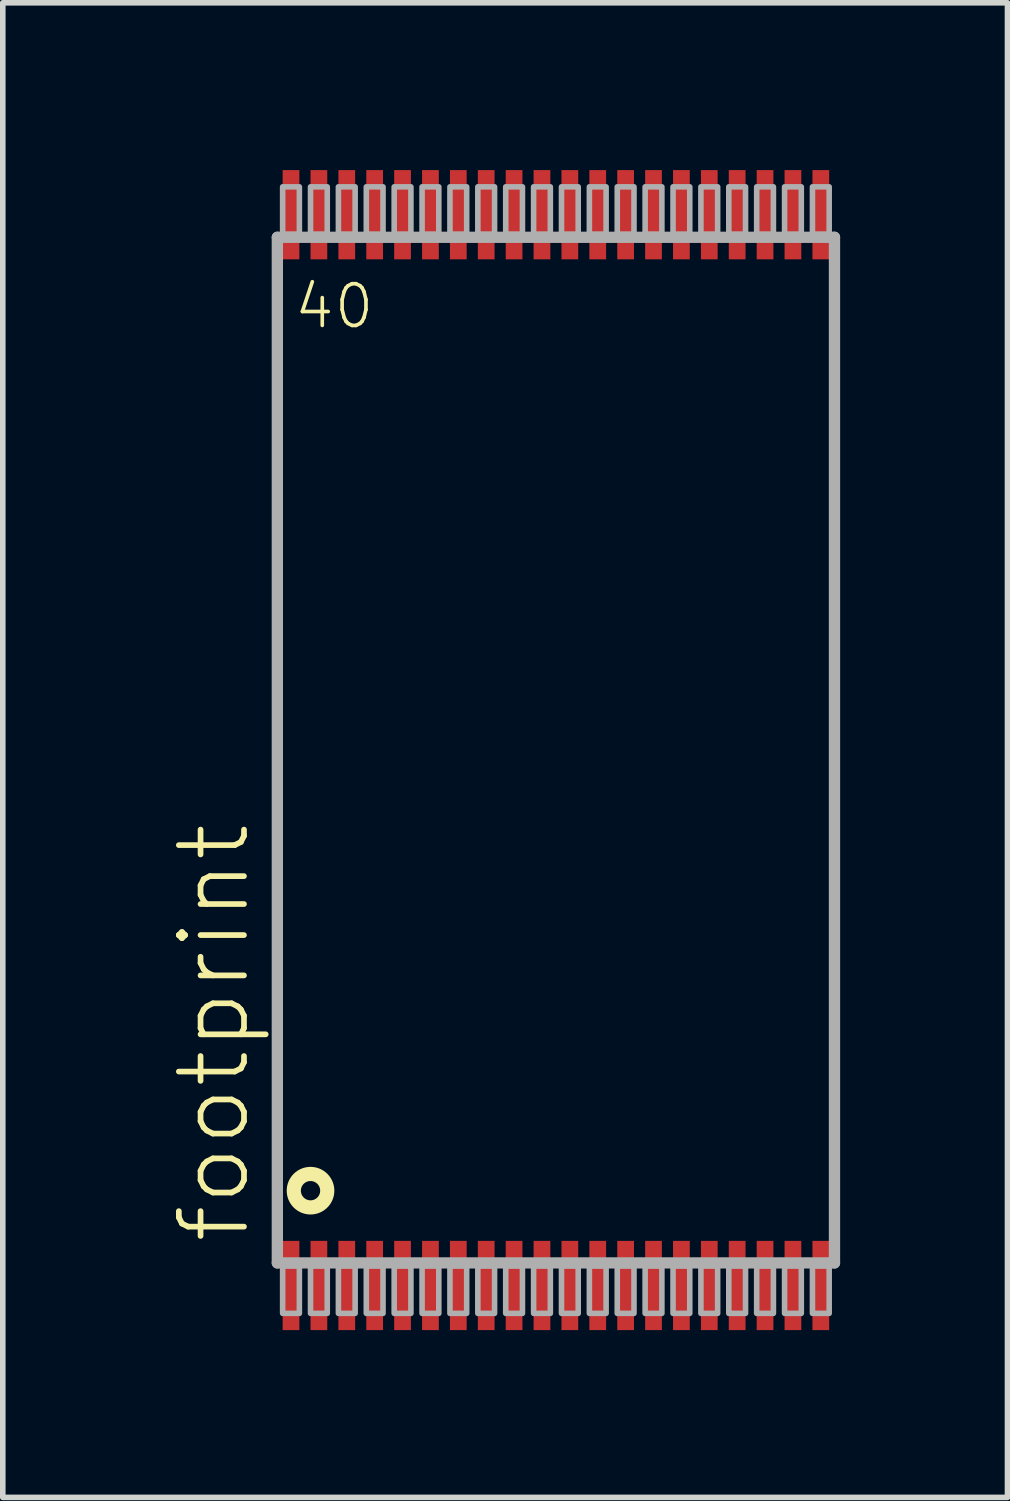
<source format=kicad_pcb>
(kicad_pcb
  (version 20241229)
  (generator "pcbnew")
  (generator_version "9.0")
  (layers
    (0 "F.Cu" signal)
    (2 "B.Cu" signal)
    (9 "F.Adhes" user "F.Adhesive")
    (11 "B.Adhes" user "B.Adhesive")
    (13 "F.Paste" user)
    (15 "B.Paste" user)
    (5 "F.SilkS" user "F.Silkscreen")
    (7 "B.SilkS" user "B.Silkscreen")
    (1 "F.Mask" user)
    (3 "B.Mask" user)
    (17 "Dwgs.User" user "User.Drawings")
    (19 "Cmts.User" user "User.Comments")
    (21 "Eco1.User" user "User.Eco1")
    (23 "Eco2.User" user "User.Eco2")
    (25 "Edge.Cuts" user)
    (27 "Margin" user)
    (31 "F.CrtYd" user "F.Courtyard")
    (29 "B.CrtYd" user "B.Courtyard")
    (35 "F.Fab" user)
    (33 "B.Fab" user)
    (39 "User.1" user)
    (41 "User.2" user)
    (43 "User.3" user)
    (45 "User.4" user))
  (footprint "footprint"
    (layer "F.Cu")
    (at 6.918 10.4)
    (property "Reference" "footprint" (at -5.445 8.89 90) (layer "F.SilkS") (effects (font (size 1.168 1.168) (thickness 0.102)) (justify left bottom)))
    (fp_circle (center -4.4 7.9) (end -4.1 7.9) (stroke (width 0.254) (type solid)) (fill no) (layer "F.SilkS"))
    (fp_line (start -4.995 -9.195) (end 4.995 -9.195) (stroke (width 0.203) (type solid)) (layer "F.Fab"))
    (fp_line (start -4.995 9.195) (end -4.995 -9.195) (stroke (width 0.203) (type solid)) (layer "F.Fab"))
    (fp_line (start 4.995 -9.195) (end 4.995 9.195) (stroke (width 0.203) (type solid)) (layer "F.Fab"))
    (fp_line (start 4.995 9.195) (end -4.995 9.195) (stroke (width 0.203) (type solid)) (layer "F.Fab"))
    (fp_poly (pts (xy -4.9 -9.25) (xy -4.6 -9.25) (xy -4.6 -10.1) (xy -4.9 -10.1)) (stroke (width 0.1) (type solid)) (fill no) (layer "F.Fab"))
    (fp_poly (pts (xy -4.9 10.1) (xy -4.6 10.1) (xy -4.6 9.25) (xy -4.9 9.25)) (stroke (width 0.1) (type solid)) (fill no) (layer "F.Fab"))
    (fp_poly (pts (xy -4.4 -9.25) (xy -4.1 -9.25) (xy -4.1 -10.1) (xy -4.4 -10.1)) (stroke (width 0.1) (type solid)) (fill no) (layer "F.Fab"))
    (fp_poly (pts (xy -4.4 10.1) (xy -4.1 10.1) (xy -4.1 9.25) (xy -4.4 9.25)) (stroke (width 0.1) (type solid)) (fill no) (layer "F.Fab"))
    (fp_poly (pts (xy -3.9 -9.25) (xy -3.6 -9.25) (xy -3.6 -10.1) (xy -3.9 -10.1)) (stroke (width 0.1) (type solid)) (fill no) (layer "F.Fab"))
    (fp_poly (pts (xy -3.9 10.1) (xy -3.6 10.1) (xy -3.6 9.25) (xy -3.9 9.25)) (stroke (width 0.1) (type solid)) (fill no) (layer "F.Fab"))
    (fp_poly (pts (xy -3.4 -9.25) (xy -3.1 -9.25) (xy -3.1 -10.1) (xy -3.4 -10.1)) (stroke (width 0.1) (type solid)) (fill no) (layer "F.Fab"))
    (fp_poly (pts (xy -3.4 10.1) (xy -3.1 10.1) (xy -3.1 9.25) (xy -3.4 9.25)) (stroke (width 0.1) (type solid)) (fill no) (layer "F.Fab"))
    (fp_poly (pts (xy -2.9 -9.25) (xy -2.6 -9.25) (xy -2.6 -10.1) (xy -2.9 -10.1)) (stroke (width 0.1) (type solid)) (fill no) (layer "F.Fab"))
    (fp_poly (pts (xy -2.9 10.1) (xy -2.6 10.1) (xy -2.6 9.25) (xy -2.9 9.25)) (stroke (width 0.1) (type solid)) (fill no) (layer "F.Fab"))
    (fp_poly (pts (xy -2.4 -9.25) (xy -2.1 -9.25) (xy -2.1 -10.1) (xy -2.4 -10.1)) (stroke (width 0.1) (type solid)) (fill no) (layer "F.Fab"))
    (fp_poly (pts (xy -2.4 10.1) (xy -2.1 10.1) (xy -2.1 9.25) (xy -2.4 9.25)) (stroke (width 0.1) (type solid)) (fill no) (layer "F.Fab"))
    (fp_poly (pts (xy -1.9 -9.25) (xy -1.6 -9.25) (xy -1.6 -10.1) (xy -1.9 -10.1)) (stroke (width 0.1) (type solid)) (fill no) (layer "F.Fab"))
    (fp_poly (pts (xy -1.9 10.1) (xy -1.6 10.1) (xy -1.6 9.25) (xy -1.9 9.25)) (stroke (width 0.1) (type solid)) (fill no) (layer "F.Fab"))
    (fp_poly (pts (xy -1.4 -9.25) (xy -1.1 -9.25) (xy -1.1 -10.1) (xy -1.4 -10.1)) (stroke (width 0.1) (type solid)) (fill no) (layer "F.Fab"))
    (fp_poly (pts (xy -1.4 10.1) (xy -1.1 10.1) (xy -1.1 9.25) (xy -1.4 9.25)) (stroke (width 0.1) (type solid)) (fill no) (layer "F.Fab"))
    (fp_poly (pts (xy -0.9 -9.25) (xy -0.6 -9.25) (xy -0.6 -10.1) (xy -0.9 -10.1)) (stroke (width 0.1) (type solid)) (fill no) (layer "F.Fab"))
    (fp_poly (pts (xy -0.9 10.1) (xy -0.6 10.1) (xy -0.6 9.25) (xy -0.9 9.25)) (stroke (width 0.1) (type solid)) (fill no) (layer "F.Fab"))
    (fp_poly (pts (xy -0.4 -9.25) (xy -0.1 -9.25) (xy -0.1 -10.1) (xy -0.4 -10.1)) (stroke (width 0.1) (type solid)) (fill no) (layer "F.Fab"))
    (fp_poly (pts (xy -0.4 10.1) (xy -0.1 10.1) (xy -0.1 9.25) (xy -0.4 9.25)) (stroke (width 0.1) (type solid)) (fill no) (layer "F.Fab"))
    (fp_poly (pts (xy 0.1 -9.25) (xy 0.4 -9.25) (xy 0.4 -10.1) (xy 0.1 -10.1)) (stroke (width 0.1) (type solid)) (fill no) (layer "F.Fab"))
    (fp_poly (pts (xy 0.1 10.1) (xy 0.4 10.1) (xy 0.4 9.25) (xy 0.1 9.25)) (stroke (width 0.1) (type solid)) (fill no) (layer "F.Fab"))
    (fp_poly (pts (xy 0.6 -9.25) (xy 0.9 -9.25) (xy 0.9 -10.1) (xy 0.6 -10.1)) (stroke (width 0.1) (type solid)) (fill no) (layer "F.Fab"))
    (fp_poly (pts (xy 0.6 10.1) (xy 0.9 10.1) (xy 0.9 9.25) (xy 0.6 9.25)) (stroke (width 0.1) (type solid)) (fill no) (layer "F.Fab"))
    (fp_poly (pts (xy 1.1 -9.25) (xy 1.4 -9.25) (xy 1.4 -10.1) (xy 1.1 -10.1)) (stroke (width 0.1) (type solid)) (fill no) (layer "F.Fab"))
    (fp_poly (pts (xy 1.1 10.1) (xy 1.4 10.1) (xy 1.4 9.25) (xy 1.1 9.25)) (stroke (width 0.1) (type solid)) (fill no) (layer "F.Fab"))
    (fp_poly (pts (xy 1.6 -9.25) (xy 1.9 -9.25) (xy 1.9 -10.1) (xy 1.6 -10.1)) (stroke (width 0.1) (type solid)) (fill no) (layer "F.Fab"))
    (fp_poly (pts (xy 1.6 10.1) (xy 1.9 10.1) (xy 1.9 9.25) (xy 1.6 9.25)) (stroke (width 0.1) (type solid)) (fill no) (layer "F.Fab"))
    (fp_poly (pts (xy 2.1 -9.25) (xy 2.4 -9.25) (xy 2.4 -10.1) (xy 2.1 -10.1)) (stroke (width 0.1) (type solid)) (fill no) (layer "F.Fab"))
    (fp_poly (pts (xy 2.1 10.1) (xy 2.4 10.1) (xy 2.4 9.25) (xy 2.1 9.25)) (stroke (width 0.1) (type solid)) (fill no) (layer "F.Fab"))
    (fp_poly (pts (xy 2.6 -9.25) (xy 2.9 -9.25) (xy 2.9 -10.1) (xy 2.6 -10.1)) (stroke (width 0.1) (type solid)) (fill no) (layer "F.Fab"))
    (fp_poly (pts (xy 2.6 10.1) (xy 2.9 10.1) (xy 2.9 9.25) (xy 2.6 9.25)) (stroke (width 0.1) (type solid)) (fill no) (layer "F.Fab"))
    (fp_poly (pts (xy 3.1 -9.25) (xy 3.4 -9.25) (xy 3.4 -10.1) (xy 3.1 -10.1)) (stroke (width 0.1) (type solid)) (fill no) (layer "F.Fab"))
    (fp_poly (pts (xy 3.1 10.1) (xy 3.4 10.1) (xy 3.4 9.25) (xy 3.1 9.25)) (stroke (width 0.1) (type solid)) (fill no) (layer "F.Fab"))
    (fp_poly (pts (xy 3.6 -9.25) (xy 3.9 -9.25) (xy 3.9 -10.1) (xy 3.6 -10.1)) (stroke (width 0.1) (type solid)) (fill no) (layer "F.Fab"))
    (fp_poly (pts (xy 3.6 10.1) (xy 3.9 10.1) (xy 3.9 9.25) (xy 3.6 9.25)) (stroke (width 0.1) (type solid)) (fill no) (layer "F.Fab"))
    (fp_poly (pts (xy 4.1 -9.25) (xy 4.4 -9.25) (xy 4.4 -10.1) (xy 4.1 -10.1)) (stroke (width 0.1) (type solid)) (fill no) (layer "F.Fab"))
    (fp_poly (pts (xy 4.1 10.1) (xy 4.4 10.1) (xy 4.4 9.25) (xy 4.1 9.25)) (stroke (width 0.1) (type solid)) (fill no) (layer "F.Fab"))
    (fp_poly (pts (xy 4.6 -9.25) (xy 4.9 -9.25) (xy 4.9 -10.1) (xy 4.6 -10.1)) (stroke (width 0.1) (type solid)) (fill no) (layer "F.Fab"))
    (fp_poly (pts (xy 4.6 10.1) (xy 4.9 10.1) (xy 4.9 9.25) (xy 4.6 9.25)) (stroke (width 0.1) (type solid)) (fill no) (layer "F.Fab"))
    (fp_text user "40" (at -4.731 -7.52 0) (layer "F.SilkS") (effects (font (size 0.748 0.748) (thickness 0.065)) (justify left bottom)))
    (pad "1" smd rect (at -4.75 9.6) (size 0.3 1.6) (layers "F.Cu" "F.Mask" "F.Paste"))
    (pad "2" smd rect (at -4.25 9.6) (size 0.3 1.6) (layers "F.Cu" "F.Mask" "F.Paste"))
    (pad "3" smd rect (at -3.75 9.6) (size 0.3 1.6) (layers "F.Cu" "F.Mask" "F.Paste"))
    (pad "4" smd rect (at -3.25 9.6) (size 0.3 1.6) (layers "F.Cu" "F.Mask" "F.Paste"))
    (pad "5" smd rect (at -2.75 9.6) (size 0.3 1.6) (layers "F.Cu" "F.Mask" "F.Paste"))
    (pad "6" smd rect (at -2.25 9.6) (size 0.3 1.6) (layers "F.Cu" "F.Mask" "F.Paste"))
    (pad "7" smd rect (at -1.75 9.6) (size 0.3 1.6) (layers "F.Cu" "F.Mask" "F.Paste"))
    (pad "8" smd rect (at -1.25 9.6) (size 0.3 1.6) (layers "F.Cu" "F.Mask" "F.Paste"))
    (pad "9" smd rect (at -0.75 9.6) (size 0.3 1.6) (layers "F.Cu" "F.Mask" "F.Paste"))
    (pad "10" smd rect (at -0.25 9.6) (size 0.3 1.6) (layers "F.Cu" "F.Mask" "F.Paste"))
    (pad "11" smd rect (at 0.25 9.6) (size 0.3 1.6) (layers "F.Cu" "F.Mask" "F.Paste"))
    (pad "12" smd rect (at 0.75 9.6) (size 0.3 1.6) (layers "F.Cu" "F.Mask" "F.Paste"))
    (pad "13" smd rect (at 1.25 9.6) (size 0.3 1.6) (layers "F.Cu" "F.Mask" "F.Paste"))
    (pad "14" smd rect (at 1.75 9.6) (size 0.3 1.6) (layers "F.Cu" "F.Mask" "F.Paste"))
    (pad "15" smd rect (at 2.25 9.6) (size 0.3 1.6) (layers "F.Cu" "F.Mask" "F.Paste"))
    (pad "16" smd rect (at 2.75 9.6) (size 0.3 1.6) (layers "F.Cu" "F.Mask" "F.Paste"))
    (pad "17" smd rect (at 3.25 9.6) (size 0.3 1.6) (layers "F.Cu" "F.Mask" "F.Paste"))
    (pad "18" smd rect (at 3.75 9.6) (size 0.3 1.6) (layers "F.Cu" "F.Mask" "F.Paste"))
    (pad "19" smd rect (at 4.25 9.6) (size 0.3 1.6) (layers "F.Cu" "F.Mask" "F.Paste"))
    (pad "20" smd rect (at 4.75 9.6) (size 0.3 1.6) (layers "F.Cu" "F.Mask" "F.Paste"))
    (pad "21" smd rect (at 4.75 -9.6) (size 0.3 1.6) (layers "F.Cu" "F.Mask" "F.Paste"))
    (pad "22" smd rect (at 4.25 -9.6) (size 0.3 1.6) (layers "F.Cu" "F.Mask" "F.Paste"))
    (pad "23" smd rect (at 3.75 -9.6) (size 0.3 1.6) (layers "F.Cu" "F.Mask" "F.Paste"))
    (pad "24" smd rect (at 3.25 -9.6) (size 0.3 1.6) (layers "F.Cu" "F.Mask" "F.Paste"))
    (pad "25" smd rect (at 2.75 -9.6) (size 0.3 1.6) (layers "F.Cu" "F.Mask" "F.Paste"))
    (pad "26" smd rect (at 2.25 -9.6) (size 0.3 1.6) (layers "F.Cu" "F.Mask" "F.Paste"))
    (pad "27" smd rect (at 1.75 -9.6) (size 0.3 1.6) (layers "F.Cu" "F.Mask" "F.Paste"))
    (pad "28" smd rect (at 1.25 -9.6) (size 0.3 1.6) (layers "F.Cu" "F.Mask" "F.Paste"))
    (pad "29" smd rect (at 0.75 -9.6) (size 0.3 1.6) (layers "F.Cu" "F.Mask" "F.Paste"))
    (pad "30" smd rect (at 0.25 -9.6) (size 0.3 1.6) (layers "F.Cu" "F.Mask" "F.Paste"))
    (pad "31" smd rect (at -0.25 -9.6) (size 0.3 1.6) (layers "F.Cu" "F.Mask" "F.Paste"))
    (pad "32" smd rect (at -0.75 -9.6) (size 0.3 1.6) (layers "F.Cu" "F.Mask" "F.Paste"))
    (pad "33" smd rect (at -1.25 -9.6) (size 0.3 1.6) (layers "F.Cu" "F.Mask" "F.Paste"))
    (pad "34" smd rect (at -1.75 -9.6) (size 0.3 1.6) (layers "F.Cu" "F.Mask" "F.Paste"))
    (pad "35" smd rect (at -2.25 -9.6) (size 0.3 1.6) (layers "F.Cu" "F.Mask" "F.Paste"))
    (pad "36" smd rect (at -2.75 -9.6) (size 0.3 1.6) (layers "F.Cu" "F.Mask" "F.Paste"))
    (pad "37" smd rect (at -3.25 -9.6) (size 0.3 1.6) (layers "F.Cu" "F.Mask" "F.Paste"))
    (pad "38" smd rect (at -3.75 -9.6) (size 0.3 1.6) (layers "F.Cu" "F.Mask" "F.Paste"))
    (pad "39" smd rect (at -4.25 -9.6) (size 0.3 1.6) (layers "F.Cu" "F.Mask" "F.Paste"))
    (pad "40" smd rect (at -4.75 -9.6) (size 0.3 1.6) (layers "F.Cu" "F.Mask" "F.Paste")))
  (gr_rect
    (start -3 -3)
    (end 15.015 23.8)
    (stroke (width 0.1) (type default))
    (fill no)
    (layer "Edge.Cuts")))
</source>
